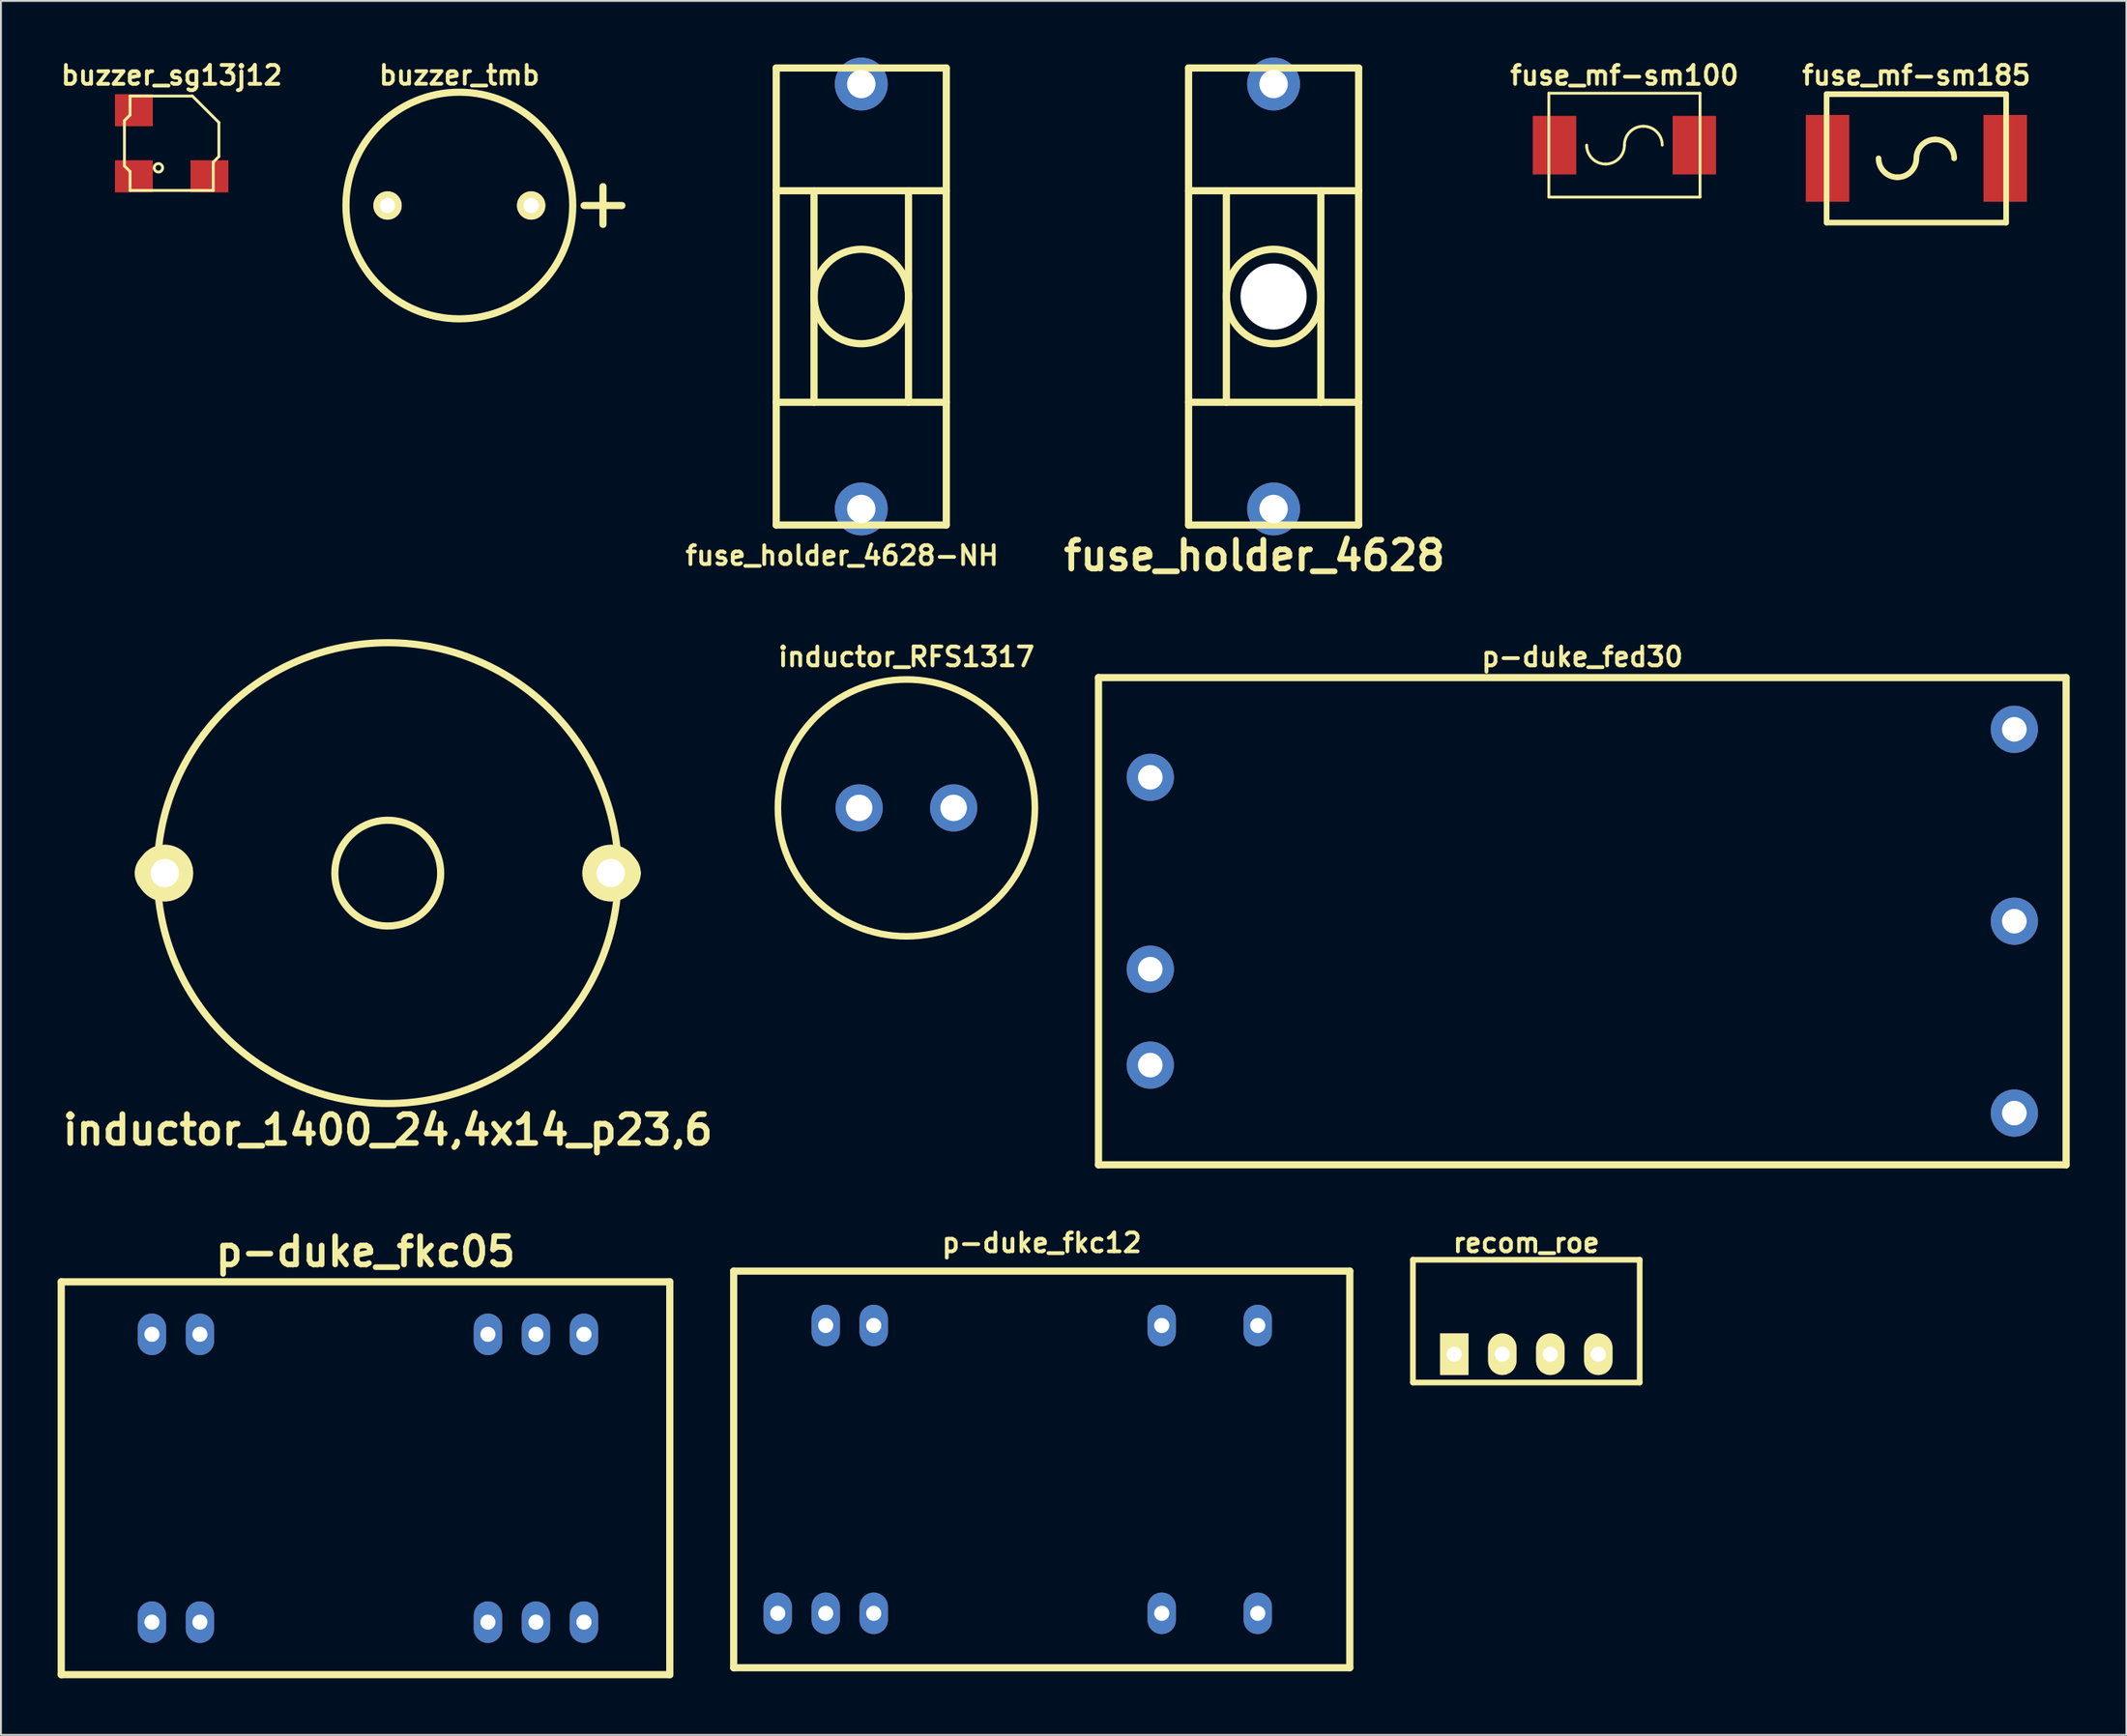
<source format=kicad_pcb>
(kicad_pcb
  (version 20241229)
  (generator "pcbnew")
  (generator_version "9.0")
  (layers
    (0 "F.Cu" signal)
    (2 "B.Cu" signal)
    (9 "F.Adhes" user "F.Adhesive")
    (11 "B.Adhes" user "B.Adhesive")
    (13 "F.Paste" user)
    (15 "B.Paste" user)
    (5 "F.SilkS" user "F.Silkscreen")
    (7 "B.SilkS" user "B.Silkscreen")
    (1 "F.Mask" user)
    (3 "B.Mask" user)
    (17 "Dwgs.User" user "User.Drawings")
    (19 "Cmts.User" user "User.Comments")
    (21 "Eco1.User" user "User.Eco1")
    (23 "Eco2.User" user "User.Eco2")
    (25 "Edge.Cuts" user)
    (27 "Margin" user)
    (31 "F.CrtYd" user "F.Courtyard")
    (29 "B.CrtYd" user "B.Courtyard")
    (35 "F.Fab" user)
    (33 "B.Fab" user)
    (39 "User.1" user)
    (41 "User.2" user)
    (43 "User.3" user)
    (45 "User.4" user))
  (footprint "fuse_mf-sm100"
    (layer "F.Cu")
    (at 82.905 4.636)
    (property "Reference" "fuse_mf-sm100" (at 0 -3.7 0) (layer "F.SilkS") (effects (font (size 1 1) (thickness 0.2))))
    (attr smd)
    (fp_line (start -4 -2.75) (end 4 -2.75) (stroke (width 0.15) (type solid)) (layer "F.SilkS"))
    (fp_line (start -4 2.75) (end -4 -2.75) (stroke (width 0.15) (type solid)) (layer "F.SilkS"))
    (fp_line (start -4 2.75) (end 4 2.75) (stroke (width 0.15) (type solid)) (layer "F.SilkS"))
    (fp_line (start 4 -2.75) (end 4 2.75) (stroke (width 0.15) (type solid)) (layer "F.SilkS"))
    (fp_arc (start -1 1) (mid -1.707107 0.707107) (end -2 0) (stroke (width 0.15) (type solid)) (layer "F.SilkS"))
    (fp_arc (start 0 0) (mid -0.292893 0.707107) (end -1 1) (stroke (width 0.15) (type solid)) (layer "F.SilkS"))
    (fp_arc (start 0 0) (mid 0.292893 -0.707107) (end 1 -1) (stroke (width 0.15) (type solid)) (layer "F.SilkS"))
    (fp_arc (start 1 -1) (mid 1.707107 -0.707107) (end 2 0) (stroke (width 0.15) (type solid)) (layer "F.SilkS"))
    (pad "1" smd rect (at -3.7 0) (size 2.3 3.1) (layers "F.Cu" "F.Mask" "F.Paste"))
    (pad "2" smd rect (at 3.7 0) (size 2.3 3.1) (layers "F.Cu" "F.Mask" "F.Paste")))
  (footprint "buzzer_sg13j12"
    (layer "F.Cu")
    (at 6.033 4.536)
    (property "Reference" "buzzer_sg13j12" (at 0 -3.6 0) (layer "F.SilkS") (effects (font (size 1 1) (thickness 0.2))))
    (attr smd)
    (fp_line (start -2.499 -1.199) (end -2.499 1.199) (stroke (width 0.15) (type solid)) (layer "F.SilkS"))
    (fp_line (start -2.499 1.199) (end -2.2 1.501) (stroke (width 0.15) (type solid)) (layer "F.SilkS"))
    (fp_line (start -2.2 -2.499) (end -2.2 -1.501) (stroke (width 0.15) (type solid)) (layer "F.SilkS"))
    (fp_line (start -2.2 -2.499) (end 1.1 -2.499) (stroke (width 0.15) (type solid)) (layer "F.SilkS"))
    (fp_line (start -2.2 -1.501) (end -2.499 -1.199) (stroke (width 0.15) (type solid)) (layer "F.SilkS"))
    (fp_line (start -2.2 1.501) (end -2.2 2.499) (stroke (width 0.15) (type solid)) (layer "F.SilkS"))
    (fp_line (start -2.2 2.499) (end 2.2 2.499) (stroke (width 0.15) (type solid)) (layer "F.SilkS"))
    (fp_line (start 2.2 1.001) (end 2.499 0.701) (stroke (width 0.15) (type solid)) (layer "F.SilkS"))
    (fp_line (start 2.2 2.499) (end 2.2 1.001) (stroke (width 0.15) (type solid)) (layer "F.SilkS"))
    (fp_line (start 2.499 -1.1) (end 1.1 -2.499) (stroke (width 0.15) (type solid)) (layer "F.SilkS"))
    (fp_line (start 2.499 0.701) (end 2.499 -1.1) (stroke (width 0.15) (type solid)) (layer "F.SilkS"))
    (fp_circle (center -0.701 1.3) (end -0.8 1.501) (stroke (width 0.15) (type solid)) (fill no) (layer "F.SilkS"))
    (pad "" smd rect (at -2 -1.75) (size 2 1.7) (layers "F.Cu" "F.Mask" "F.Paste"))
    (pad "1" smd rect (at -2 1.75) (size 2 1.7) (layers "F.Cu" "F.Mask" "F.Paste"))
    (pad "2" smd rect (at 2 1.75) (size 2 1.7) (layers "F.Cu" "F.Mask" "F.Paste")))
  (footprint "fuse_mf-sm185"
    (layer "F.Cu")
    (at 98.352 5.336)
    (property "Reference" "fuse_mf-sm185" (at 0 -4.4 0) (layer "F.SilkS") (effects (font (size 1 1) (thickness 0.2))))
    (attr smd)
    (fp_line (start -4.75 -3.4) (end 4.75 -3.4) (stroke (width 0.3) (type solid)) (layer "F.SilkS"))
    (fp_line (start -4.75 3.4) (end -4.75 -3.4) (stroke (width 0.3) (type solid)) (layer "F.SilkS"))
    (fp_line (start -4.75 3.4) (end 4.75 3.4) (stroke (width 0.3) (type solid)) (layer "F.SilkS"))
    (fp_line (start 4.75 -3.4) (end 4.75 3.4) (stroke (width 0.3) (type solid)) (layer "F.SilkS"))
    (fp_arc (start -1 1) (mid -1.707107 0.707107) (end -2 0) (stroke (width 0.3) (type solid)) (layer "F.SilkS"))
    (fp_arc (start 0 0) (mid -0.292893 0.707107) (end -1 1) (stroke (width 0.3) (type solid)) (layer "F.SilkS"))
    (fp_arc (start 0 0) (mid 0.292893 -0.707107) (end 1 -1) (stroke (width 0.3) (type solid)) (layer "F.SilkS"))
    (fp_arc (start 1 -1) (mid 1.707107 -0.707107) (end 2 0) (stroke (width 0.3) (type solid)) (layer "F.SilkS"))
    (pad "1" smd rect (at -4.7 0) (size 2.3 4.6) (layers "F.Cu" "F.Mask" "F.Paste"))
    (pad "2" smd rect (at 4.7 0) (size 2.3 4.6) (layers "F.Cu" "F.Mask" "F.Paste")))
  (footprint "inductor_1400_24,4x14_p23,6"
    (layer "F.Cu")
    (at 17.468 43.181)
    (property "Reference" "inductor_1400_24,4x14_p23,6" (at 0 13.599 0) (layer "F.SilkS") (effects (font (size 1.524 1.524) (thickness 0.305))))
    (attr through_hole)
    (fp_arc (start -13.20038 0) (mid -12.907264 -0.707644) (end -12.19962 -1.00076) (stroke (width 0.37846) (type solid)) (layer "F.SilkS"))
    (fp_arc (start -12.19962 1.00076) (mid -12.907264 0.707644) (end -13.20038 0) (stroke (width 0.37846) (type solid)) (layer "F.SilkS"))
    (fp_arc (start 12.19962 -1.00076) (mid 12.907264 -0.707644) (end 13.20038 0) (stroke (width 0.37846) (type solid)) (layer "F.SilkS"))
    (fp_arc (start 13.20038 0) (mid 12.907264 0.707644) (end 12.19962 1.00076) (stroke (width 0.37846) (type solid)) (layer "F.SilkS"))
    (fp_circle (center 0 0) (end -12.2 0) (stroke (width 0.378) (type solid)) (fill no) (layer "F.SilkS"))
    (fp_circle (center 0 0) (end -2.799 0) (stroke (width 0.378) (type solid)) (fill no) (layer "F.SilkS"))
    (pad "1" thru_hole circle (at 11.798 0) (size 3 3) (drill 1.499) (layers "*.Cu" "*.Mask" "F.SilkS"))
    (pad "2" thru_hole circle (at -11.798 0) (size 3 3) (drill 1.499) (layers "*.Cu" "*.Mask" "F.SilkS")))
  (footprint "buzzer_tmb"
    (layer "F.Cu")
    (at 21.256 7.832)
    (property "Reference" "buzzer_tmb" (at 0 -6.9 0) (layer "F.SilkS") (effects (font (size 0.998 0.998) (thickness 0.198))))
    (attr through_hole)
    (fp_line (start 6.6 0) (end 8.6 0) (stroke (width 0.378) (type solid)) (layer "F.SilkS"))
    (fp_line (start 7.6 1) (end 7.6 -1) (stroke (width 0.378) (type solid)) (layer "F.SilkS"))
    (fp_circle (center 0 0) (end -6 0) (stroke (width 0.378) (type solid)) (fill no) (layer "F.SilkS"))
    (pad "1" thru_hole circle (at 3.8 0) (size 1.5 1.5) (drill 0.8) (layers "*.Cu" "*.Mask" "F.SilkS"))
    (pad "2" thru_hole circle (at -3.8 0) (size 1.5 1.5) (drill 0.8) (layers "*.Cu" "*.Mask" "F.SilkS")))
  (footprint "p-duke_fed30"
    (layer "F.Cu")
    (at 80.676 45.728)
    (property "Reference" "p-duke_fed30" (at 0 -14 180) (layer "F.SilkS") (effects (font (size 1 1) (thickness 0.2))))
    (attr through_hole)
    (fp_line (start -25.6 -12.9) (end 25.6 -12.9) (stroke (width 0.381) (type solid)) (layer "F.SilkS"))
    (fp_line (start -25.6 12.9) (end -25.6 -12.9) (stroke (width 0.381) (type solid)) (layer "F.SilkS"))
    (fp_line (start 25.6 -12.9) (end 25.6 12.9) (stroke (width 0.381) (type solid)) (layer "F.SilkS"))
    (fp_line (start 25.6 12.9) (end -25.6 12.9) (stroke (width 0.381) (type solid)) (layer "F.SilkS"))
    (pad "1" thru_hole circle (at -22.86 7.62) (size 2.5 2.5) (drill 1.3) (layers "*.Cu" "*.Mask"))
    (pad "2" thru_hole circle (at -22.86 2.54) (size 2.5 2.5) (drill 1.3) (layers "*.Cu" "*.Mask"))
    (pad "3" thru_hole circle (at -22.86 -7.62) (size 2.5 2.5) (drill 1.3) (layers "*.Cu" "*.Mask"))
    (pad "4" thru_hole circle (at 22.86 10.16) (size 2.5 2.5) (drill 1.3) (layers "*.Cu" "*.Mask"))
    (pad "5" thru_hole circle (at 22.86 0) (size 2.5 2.5) (drill 1.3) (layers "*.Cu" "*.Mask"))
    (pad "6" thru_hole circle (at 22.86 -10.16) (size 2.5 2.5) (drill 1.3) (layers "*.Cu" "*.Mask")))
  (footprint "recom_roe"
    (layer "F.Cu")
    (at 77.712 68.655)
    (property "Reference" "recom_roe" (at 0 -5.9 0) (layer "F.SilkS") (effects (font (size 1 1) (thickness 0.2))))
    (attr through_hole)
    (fp_line (start -6 -5) (end -6 1.5) (stroke (width 0.3) (type solid)) (layer "F.SilkS"))
    (fp_line (start -6 -5) (end 6 -5) (stroke (width 0.3) (type solid)) (layer "F.SilkS"))
    (fp_line (start -6 1.5) (end 6 1.5) (stroke (width 0.3) (type solid)) (layer "F.SilkS"))
    (fp_line (start 6 -5) (end 6 1.5) (stroke (width 0.3) (type solid)) (layer "F.SilkS"))
    (pad "1" thru_hole rect (at -3.81 0) (size 1.5 2.2) (drill 0.8) (layers "*.Cu" "*.Mask" "F.SilkS"))
    (pad "2" thru_hole oval (at -1.27 0) (size 1.5 2.2) (drill 0.8) (layers "*.Cu" "*.Mask" "F.SilkS"))
    (pad "3" thru_hole oval (at 1.27 0) (size 1.5 2.2) (drill 0.8) (layers "*.Cu" "*.Mask" "F.SilkS"))
    (pad "4" thru_hole oval (at 3.81 0) (size 1.5 2.2) (drill 0.8) (layers "*.Cu" "*.Mask" "F.SilkS")))
  (footprint "p-duke_fkc05"
    (layer "F.Cu")
    (at 16.291 75.223)
    (property "Reference" "p-duke_fkc05" (at 0 -12 0) (layer "F.SilkS") (effects (font (size 1.5 1.5) (thickness 0.3))))
    (attr through_hole)
    (fp_line (start -16.1 -10.4) (end 16.1 -10.4) (stroke (width 0.381) (type solid)) (layer "F.SilkS"))
    (fp_line (start -16.1 10.4) (end -16.1 -10.4) (stroke (width 0.381) (type solid)) (layer "F.SilkS"))
    (fp_line (start 16.1 -10.4) (end 16.1 10.4) (stroke (width 0.381) (type solid)) (layer "F.SilkS"))
    (fp_line (start 16.1 10.4) (end -16.1 10.4) (stroke (width 0.381) (type solid)) (layer "F.SilkS"))
    (pad "2" thru_hole oval (at -11.303 7.62) (size 1.5 2.2) (drill 0.8) (layers "*.Cu" "*.Mask"))
    (pad "3" thru_hole oval (at -8.763 7.62) (size 1.5 2.2) (drill 0.8) (layers "*.Cu" "*.Mask"))
    (pad "9" thru_hole oval (at 6.477 7.62) (size 1.5 2.2) (drill 0.8) (layers "*.Cu" "*.Mask"))
    (pad "10" thru_hole oval (at 9.017 7.62) (size 1.5 2.2) (drill 0.8) (layers "*.Cu" "*.Mask"))
    (pad "11" thru_hole oval (at 11.557 7.62) (size 1.5 2.2) (drill 0.8) (layers "*.Cu" "*.Mask"))
    (pad "14" thru_hole oval (at 11.557 -7.62) (size 1.5 2.2) (drill 0.8) (layers "*.Cu" "*.Mask"))
    (pad "15" thru_hole oval (at 9.017 -7.62) (size 1.5 2.2) (drill 0.8) (layers "*.Cu" "*.Mask"))
    (pad "16" thru_hole oval (at 6.477 -7.62) (size 1.5 2.2) (drill 0.8) (layers "*.Cu" "*.Mask"))
    (pad "22" thru_hole oval (at -8.763 -7.62) (size 1.5 2.2) (drill 0.8) (layers "*.Cu" "*.Mask"))
    (pad "23" thru_hole oval (at -11.303 -7.62) (size 1.5 2.2) (drill 0.8) (layers "*.Cu" "*.Mask")))
  (footprint "p-duke_fkc12"
    (layer "F.Cu")
    (at 52.072 74.755)
    (property "Reference" "p-duke_fkc12" (at 0 -12 0) (layer "F.SilkS") (effects (font (size 1 1) (thickness 0.2))))
    (attr through_hole)
    (fp_line (start -16.3 -10.5) (end 16.3 -10.5) (stroke (width 0.381) (type solid)) (layer "F.SilkS"))
    (fp_line (start -16.3 10.5) (end -16.3 -10.5) (stroke (width 0.381) (type solid)) (layer "F.SilkS"))
    (fp_line (start 16.3 -10.5) (end 16.3 10.5) (stroke (width 0.381) (type solid)) (layer "F.SilkS"))
    (fp_line (start 16.3 10.5) (end -16.3 10.5) (stroke (width 0.381) (type solid)) (layer "F.SilkS"))
    (pad "1" thru_hole oval (at -13.97 7.62) (size 1.5 2.2) (drill 0.8) (layers "*.Cu" "*.Mask"))
    (pad "2" thru_hole oval (at -11.43 7.62) (size 1.5 2.2) (drill 0.8) (layers "*.Cu" "*.Mask"))
    (pad "3" thru_hole oval (at -8.89 7.62) (size 1.5 2.2) (drill 0.8) (layers "*.Cu" "*.Mask"))
    (pad "9" thru_hole oval (at 6.35 7.62) (size 1.5 2.2) (drill 0.8) (layers "*.Cu" "*.Mask"))
    (pad "11" thru_hole oval (at 11.43 7.62) (size 1.5 2.2) (drill 0.8) (layers "*.Cu" "*.Mask"))
    (pad "14" thru_hole oval (at 11.43 -7.62) (size 1.5 2.2) (drill 0.8) (layers "*.Cu" "*.Mask"))
    (pad "16" thru_hole oval (at 6.35 -7.62) (size 1.5 2.2) (drill 0.8) (layers "*.Cu" "*.Mask"))
    (pad "22" thru_hole oval (at -8.89 -7.62) (size 1.5 2.2) (drill 0.8) (layers "*.Cu" "*.Mask"))
    (pad "23" thru_hole oval (at -11.43 -7.62) (size 1.5 2.2) (drill 0.8) (layers "*.Cu" "*.Mask")))
  (footprint "fuse_holder_4628-NH"
    (layer "F.Cu")
    (at 42.523 12.65)
    (property "Reference" "fuse_holder_4628-NH" (at -1.016 13.716 0) (layer "F.SilkS") (effects (font (size 1 1) (thickness 0.2))))
    (attr through_hole)
    (fp_line (start -4.5 -12.1) (end 4.5 -12.1) (stroke (width 0.381) (type solid)) (layer "F.SilkS"))
    (fp_line (start -4.5 -5.6) (end 4.5 -5.6) (stroke (width 0.381) (type solid)) (layer "F.SilkS"))
    (fp_line (start -4.5 12.1) (end -4.5 -12.1) (stroke (width 0.381) (type solid)) (layer "F.SilkS"))
    (fp_line (start -2.5 -5.6) (end -2.5 5.6) (stroke (width 0.381) (type solid)) (layer "F.SilkS"))
    (fp_line (start 2.5 5.6) (end 2.5 -5.6) (stroke (width 0.381) (type solid)) (layer "F.SilkS"))
    (fp_line (start 4.5 -12.1) (end 4.5 12.1) (stroke (width 0.381) (type solid)) (layer "F.SilkS"))
    (fp_line (start 4.5 5.6) (end -4.5 5.6) (stroke (width 0.381) (type solid)) (layer "F.SilkS"))
    (fp_line (start 4.5 12.1) (end -4.5 12.1) (stroke (width 0.381) (type solid)) (layer "F.SilkS"))
    (fp_circle (center 0 0) (end 2.5 0) (stroke (width 0.381) (type solid)) (fill no) (layer "F.SilkS"))
    (pad "1" thru_hole circle (at 0 -11.25) (size 2.8 2.8) (drill 1.5) (layers "*.Cu" "*.Mask"))
    (pad "2" thru_hole circle (at 0 11.25) (size 2.8 2.8) (drill 1.5) (layers "*.Cu" "*.Mask")))
  (footprint "fuse_holder_4628"
    (layer "F.Cu")
    (at 64.341 12.65)
    (property "Reference" "fuse_holder_4628" (at -1.016 13.716 0) (layer "F.SilkS") (effects (font (size 1.524 1.524) (thickness 0.305))))
    (attr through_hole)
    (fp_line (start -4.5 -12.1) (end 4.5 -12.1) (stroke (width 0.381) (type solid)) (layer "F.SilkS"))
    (fp_line (start -4.5 -5.6) (end 4.5 -5.6) (stroke (width 0.381) (type solid)) (layer "F.SilkS"))
    (fp_line (start -4.5 12.1) (end -4.5 -12.1) (stroke (width 0.381) (type solid)) (layer "F.SilkS"))
    (fp_line (start -2.5 -5.6) (end -2.5 5.6) (stroke (width 0.381) (type solid)) (layer "F.SilkS"))
    (fp_line (start 2.5 5.6) (end 2.5 -5.6) (stroke (width 0.381) (type solid)) (layer "F.SilkS"))
    (fp_line (start 4.5 -12.1) (end 4.5 12.1) (stroke (width 0.381) (type solid)) (layer "F.SilkS"))
    (fp_line (start 4.5 5.6) (end -4.5 5.6) (stroke (width 0.381) (type solid)) (layer "F.SilkS"))
    (fp_line (start 4.5 12.1) (end -4.5 12.1) (stroke (width 0.381) (type solid)) (layer "F.SilkS"))
    (fp_circle (center 0 0) (end 2.5 0) (stroke (width 0.381) (type solid)) (fill no) (layer "F.SilkS"))
    (pad "" np_thru_hole circle (at 0 0) (size 3.5 3.5) (drill 3.5) (layers "*.Cu" "*.Mask"))
    (pad "1" thru_hole circle (at 0 -11.25) (size 2.8 2.8) (drill 1.5) (layers "*.Cu" "*.Mask"))
    (pad "2" thru_hole circle (at 0 11.25) (size 2.8 2.8) (drill 1.5) (layers "*.Cu" "*.Mask")))
  (footprint "inductor_RFS1317"
    (layer "F.Cu")
    (at 44.911 39.728)
    (property "Reference" "inductor_RFS1317" (at 0 -8 0) (layer "F.SilkS") (effects (font (size 1 1) (thickness 0.2))))
    (attr through_hole)
    (fp_circle (center 0 0) (end 6.8 0) (stroke (width 0.35) (type solid)) (fill no) (layer "F.SilkS"))
    (pad "1" thru_hole circle (at 2.5 0) (size 2.5 2.5) (drill 1.4) (layers "*.Cu" "*.Mask"))
    (pad "2" thru_hole circle (at -2.5 0) (size 2.5 2.5) (drill 1.4) (layers "*.Cu" "*.Mask")))
  (gr_rect
    (start -3 -3)
    (end 109.467 88.813)
    (stroke (width 0.1) (type default))
    (fill no)
    (layer "Edge.Cuts")))
</source>
